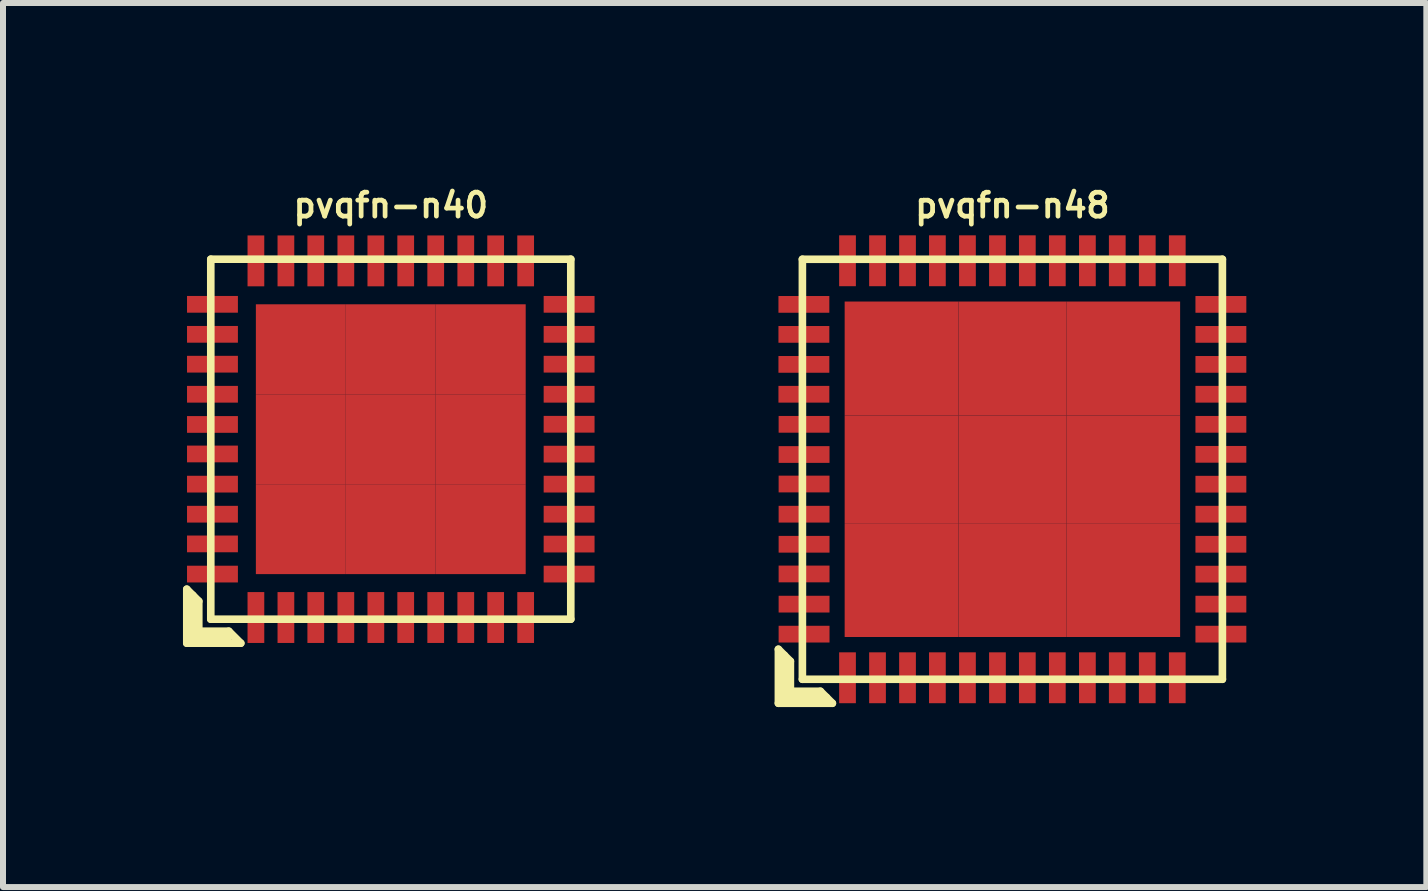
<source format=kicad_pcb>
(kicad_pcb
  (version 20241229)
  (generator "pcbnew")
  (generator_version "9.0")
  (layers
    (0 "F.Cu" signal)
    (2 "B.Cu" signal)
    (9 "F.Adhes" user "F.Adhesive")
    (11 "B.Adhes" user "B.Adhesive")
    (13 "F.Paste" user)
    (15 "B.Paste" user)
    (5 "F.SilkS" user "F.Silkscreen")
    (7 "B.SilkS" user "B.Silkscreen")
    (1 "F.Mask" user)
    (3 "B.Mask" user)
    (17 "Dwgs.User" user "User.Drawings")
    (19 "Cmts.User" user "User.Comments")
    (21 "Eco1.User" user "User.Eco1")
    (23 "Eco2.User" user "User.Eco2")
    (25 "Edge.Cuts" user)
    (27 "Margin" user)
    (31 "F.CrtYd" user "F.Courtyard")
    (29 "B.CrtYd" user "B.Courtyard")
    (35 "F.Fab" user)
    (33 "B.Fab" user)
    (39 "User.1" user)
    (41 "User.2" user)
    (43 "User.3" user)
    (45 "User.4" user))
  (footprint "pvqfn-n40"
    (layer "F.Cu")
    (at 3.463 4.27)
    (property "Reference" "pvqfn-n40" (at 0 -3.899 0) (layer "F.SilkS") (effects (font (size 0.399 0.399) (thickness 0.079))))
    (attr smd)
    (fp_line (start -3.4 2.5) (end -3.4 3.4) (stroke (width 0.127) (type solid)) (layer "F.SilkS"))
    (fp_line (start -3.4 3.4) (end -2.5 3.4) (stroke (width 0.127) (type solid)) (layer "F.SilkS"))
    (fp_line (start -3.3 3.3) (end -3.3 2.6) (stroke (width 0.127) (type solid)) (layer "F.SilkS"))
    (fp_line (start -3.2 2.7) (end -3.4 2.5) (stroke (width 0.127) (type solid)) (layer "F.SilkS"))
    (fp_line (start -3.2 3.2) (end -3.2 2.7) (stroke (width 0.127) (type solid)) (layer "F.SilkS"))
    (fp_line (start -3 -3) (end 3 -3) (stroke (width 0.127) (type solid)) (layer "F.SilkS"))
    (fp_line (start -3 3) (end -3 -3) (stroke (width 0.127) (type solid)) (layer "F.SilkS"))
    (fp_line (start -2.7 3.2) (end -3.2 3.2) (stroke (width 0.127) (type solid)) (layer "F.SilkS"))
    (fp_line (start -2.7 3.3) (end -3.3 3.3) (stroke (width 0.127) (type solid)) (layer "F.SilkS"))
    (fp_line (start -2.5 3.4) (end -2.7 3.2) (stroke (width 0.127) (type solid)) (layer "F.SilkS"))
    (fp_line (start 3 -3) (end 3 3) (stroke (width 0.127) (type solid)) (layer "F.SilkS"))
    (fp_line (start 3 3) (end -3 3) (stroke (width 0.127) (type solid)) (layer "F.SilkS"))
    (pad "1" smd rect (at -2.248 2.972) (size 0.279 0.848) (layers "F.Cu" "F.Mask" "F.Paste"))
    (pad "2" smd rect (at -1.748 2.972) (size 0.279 0.848) (layers "F.Cu" "F.Mask" "F.Paste"))
    (pad "3" smd rect (at -1.25 2.972) (size 0.279 0.848) (layers "F.Cu" "F.Mask" "F.Paste"))
    (pad "4" smd rect (at -0.749 2.972) (size 0.279 0.848) (layers "F.Cu" "F.Mask" "F.Paste"))
    (pad "5" smd rect (at -0.249 2.972) (size 0.279 0.848) (layers "F.Cu" "F.Mask" "F.Paste"))
    (pad "6" smd rect (at 0.249 2.972) (size 0.279 0.848) (layers "F.Cu" "F.Mask" "F.Paste"))
    (pad "7" smd rect (at 0.749 2.972) (size 0.279 0.848) (layers "F.Cu" "F.Mask" "F.Paste"))
    (pad "8" smd rect (at 1.25 2.972) (size 0.279 0.848) (layers "F.Cu" "F.Mask" "F.Paste"))
    (pad "9" smd rect (at 1.748 2.972) (size 0.279 0.848) (layers "F.Cu" "F.Mask" "F.Paste"))
    (pad "10" smd rect (at 2.248 2.972) (size 0.279 0.848) (layers "F.Cu" "F.Mask" "F.Paste"))
    (pad "11" smd rect (at 2.972 2.248) (size 0.848 0.279) (layers "F.Cu" "F.Mask" "F.Paste"))
    (pad "12" smd rect (at 2.972 1.748) (size 0.848 0.279) (layers "F.Cu" "F.Mask" "F.Paste"))
    (pad "13" smd rect (at 2.972 1.25) (size 0.848 0.279) (layers "F.Cu" "F.Mask" "F.Paste"))
    (pad "14" smd rect (at 2.972 0.749) (size 0.848 0.279) (layers "F.Cu" "F.Mask" "F.Paste"))
    (pad "15" smd rect (at 2.972 0.249) (size 0.848 0.279) (layers "F.Cu" "F.Mask" "F.Paste"))
    (pad "16" smd rect (at 2.972 -0.249) (size 0.848 0.279) (layers "F.Cu" "F.Mask" "F.Paste"))
    (pad "17" smd rect (at 2.972 -0.749) (size 0.848 0.279) (layers "F.Cu" "F.Mask" "F.Paste"))
    (pad "18" smd rect (at 2.972 -1.25) (size 0.848 0.279) (layers "F.Cu" "F.Mask" "F.Paste"))
    (pad "19" smd rect (at 2.972 -1.748) (size 0.848 0.279) (layers "F.Cu" "F.Mask" "F.Paste"))
    (pad "20" smd rect (at 2.972 -2.248) (size 0.848 0.279) (layers "F.Cu" "F.Mask" "F.Paste"))
    (pad "21" smd rect (at 2.248 -2.972) (size 0.279 0.848) (layers "F.Cu" "F.Mask" "F.Paste"))
    (pad "22" smd rect (at 1.748 -2.972) (size 0.279 0.848) (layers "F.Cu" "F.Mask" "F.Paste"))
    (pad "23" smd rect (at 1.25 -2.972) (size 0.279 0.848) (layers "F.Cu" "F.Mask" "F.Paste"))
    (pad "24" smd rect (at 0.749 -2.972) (size 0.279 0.848) (layers "F.Cu" "F.Mask" "F.Paste"))
    (pad "25" smd rect (at 0.249 -2.972) (size 0.279 0.848) (layers "F.Cu" "F.Mask" "F.Paste"))
    (pad "26" smd rect (at -0.249 -2.972) (size 0.279 0.848) (layers "F.Cu" "F.Mask" "F.Paste"))
    (pad "27" smd rect (at -0.749 -2.972) (size 0.279 0.848) (layers "F.Cu" "F.Mask" "F.Paste"))
    (pad "28" smd rect (at -1.25 -2.972) (size 0.279 0.848) (layers "F.Cu" "F.Mask" "F.Paste"))
    (pad "29" smd rect (at -1.748 -2.972) (size 0.279 0.848) (layers "F.Cu" "F.Mask" "F.Paste"))
    (pad "30" smd rect (at -2.248 -2.972) (size 0.279 0.848) (layers "F.Cu" "F.Mask" "F.Paste"))
    (pad "31" smd rect (at -2.972 -2.248) (size 0.848 0.279) (layers "F.Cu" "F.Mask" "F.Paste"))
    (pad "32" smd rect (at -2.972 -1.748) (size 0.848 0.279) (layers "F.Cu" "F.Mask" "F.Paste"))
    (pad "33" smd rect (at -2.972 -1.25) (size 0.848 0.279) (layers "F.Cu" "F.Mask" "F.Paste"))
    (pad "34" smd rect (at -2.972 -0.749) (size 0.848 0.279) (layers "F.Cu" "F.Mask" "F.Paste"))
    (pad "35" smd rect (at -2.972 -0.246) (size 0.848 0.279) (layers "F.Cu" "F.Mask" "F.Paste"))
    (pad "36" smd rect (at -2.972 0.246) (size 0.848 0.279) (layers "F.Cu" "F.Mask" "F.Paste"))
    (pad "37" smd rect (at -2.972 0.749) (size 0.848 0.279) (layers "F.Cu" "F.Mask" "F.Paste"))
    (pad "38" smd rect (at -2.972 1.25) (size 0.848 0.279) (layers "F.Cu" "F.Mask" "F.Paste"))
    (pad "39" smd rect (at -2.972 1.745) (size 0.848 0.279) (layers "F.Cu" "F.Mask" "F.Paste"))
    (pad "40" smd rect (at -2.972 2.248) (size 0.848 0.279) (layers "F.Cu" "F.Mask" "F.Paste"))
    (pad "41" smd rect (at -1.499 -1.499) (size 1.499 1.499) (layers "F.Cu" "F.Mask" "F.Paste"))
    (pad "41" smd rect (at -1.499 0) (size 1.499 1.499) (layers "F.Cu" "F.Mask" "F.Paste"))
    (pad "41" smd rect (at -1.499 1.499) (size 1.499 1.499) (layers "F.Cu" "F.Mask" "F.Paste"))
    (pad "41" smd rect (at 0 -1.499) (size 1.499 1.499) (layers "F.Cu" "F.Mask" "F.Paste"))
    (pad "41" smd rect (at 0 0) (size 1.499 1.499) (layers "F.Cu" "F.Mask" "F.Paste"))
    (pad "41" smd rect (at 0 1.499) (size 1.499 1.499) (layers "F.Cu" "F.Mask" "F.Paste"))
    (pad "41" smd rect (at 1.499 -1.499) (size 1.499 1.499) (layers "F.Cu" "F.Mask" "F.Paste"))
    (pad "41" smd rect (at 1.499 0) (size 1.499 1.499) (layers "F.Cu" "F.Mask" "F.Paste"))
    (pad "41" smd rect (at 1.499 1.499) (size 1.499 1.499) (layers "F.Cu" "F.Mask" "F.Paste")))
  (footprint "pvqfn-n48"
    (layer "F.Cu")
    (at 13.823 4.771)
    (property "Reference" "pvqfn-n48" (at 0 -4.399 0) (layer "F.SilkS") (effects (font (size 0.399 0.399) (thickness 0.079))))
    (attr smd)
    (fp_line (start -3.9 3) (end -3.9 3.9) (stroke (width 0.127) (type solid)) (layer "F.SilkS"))
    (fp_line (start -3.9 3.9) (end -3 3.9) (stroke (width 0.127) (type solid)) (layer "F.SilkS"))
    (fp_line (start -3.8 3.8) (end -3.8 3.1) (stroke (width 0.127) (type solid)) (layer "F.SilkS"))
    (fp_line (start -3.7 3.2) (end -3.9 3) (stroke (width 0.127) (type solid)) (layer "F.SilkS"))
    (fp_line (start -3.7 3.7) (end -3.7 3.2) (stroke (width 0.127) (type solid)) (layer "F.SilkS"))
    (fp_line (start -3.5 -3.5) (end -3.5 3.5) (stroke (width 0.127) (type solid)) (layer "F.SilkS"))
    (fp_line (start -3.5 3.5) (end 3.5 3.5) (stroke (width 0.127) (type solid)) (layer "F.SilkS"))
    (fp_line (start -3.2 3.7) (end -3.7 3.7) (stroke (width 0.127) (type solid)) (layer "F.SilkS"))
    (fp_line (start -3.1 3.8) (end -3.8 3.8) (stroke (width 0.127) (type solid)) (layer "F.SilkS"))
    (fp_line (start -3 3.9) (end -3.2 3.7) (stroke (width 0.127) (type solid)) (layer "F.SilkS"))
    (fp_line (start 3.5 -3.5) (end -3.5 -3.5) (stroke (width 0.127) (type solid)) (layer "F.SilkS"))
    (fp_line (start 3.5 3.5) (end 3.5 -3.5) (stroke (width 0.127) (type solid)) (layer "F.SilkS"))
    (pad "1" smd rect (at -2.748 3.475) (size 0.279 0.848) (layers "F.Cu" "F.Mask" "F.Paste"))
    (pad "2" smd rect (at -2.248 3.475) (size 0.279 0.848) (layers "F.Cu" "F.Mask" "F.Paste"))
    (pad "3" smd rect (at -1.748 3.475) (size 0.279 0.848) (layers "F.Cu" "F.Mask" "F.Paste"))
    (pad "4" smd rect (at -1.25 3.475) (size 0.279 0.848) (layers "F.Cu" "F.Mask" "F.Paste"))
    (pad "5" smd rect (at -0.749 3.475) (size 0.279 0.848) (layers "F.Cu" "F.Mask" "F.Paste"))
    (pad "6" smd rect (at -0.249 3.475) (size 0.279 0.848) (layers "F.Cu" "F.Mask" "F.Paste"))
    (pad "7" smd rect (at 0.249 3.475) (size 0.279 0.848) (layers "F.Cu" "F.Mask" "F.Paste"))
    (pad "8" smd rect (at 0.749 3.475) (size 0.279 0.848) (layers "F.Cu" "F.Mask" "F.Paste"))
    (pad "9" smd rect (at 1.25 3.475) (size 0.279 0.848) (layers "F.Cu" "F.Mask" "F.Paste"))
    (pad "10" smd rect (at 1.748 3.475) (size 0.279 0.848) (layers "F.Cu" "F.Mask" "F.Paste"))
    (pad "11" smd rect (at 2.248 3.475) (size 0.279 0.848) (layers "F.Cu" "F.Mask" "F.Paste"))
    (pad "12" smd rect (at 2.748 3.475) (size 0.279 0.848) (layers "F.Cu" "F.Mask" "F.Paste"))
    (pad "13" smd rect (at 3.475 2.748) (size 0.848 0.279) (layers "F.Cu" "F.Mask" "F.Paste"))
    (pad "14" smd rect (at 3.475 2.248) (size 0.848 0.279) (layers "F.Cu" "F.Mask" "F.Paste"))
    (pad "15" smd rect (at 3.475 1.748) (size 0.848 0.279) (layers "F.Cu" "F.Mask" "F.Paste"))
    (pad "16" smd rect (at 3.475 1.25) (size 0.848 0.279) (layers "F.Cu" "F.Mask" "F.Paste"))
    (pad "17" smd rect (at 3.475 0.749) (size 0.848 0.279) (layers "F.Cu" "F.Mask" "F.Paste"))
    (pad "18" smd rect (at 3.475 0.249) (size 0.848 0.279) (layers "F.Cu" "F.Mask" "F.Paste"))
    (pad "19" smd rect (at 3.475 -0.249) (size 0.848 0.279) (layers "F.Cu" "F.Mask" "F.Paste"))
    (pad "20" smd rect (at 3.475 -0.749) (size 0.848 0.279) (layers "F.Cu" "F.Mask" "F.Paste"))
    (pad "21" smd rect (at 3.475 -1.25) (size 0.848 0.279) (layers "F.Cu" "F.Mask" "F.Paste"))
    (pad "22" smd rect (at 3.475 -1.748) (size 0.848 0.279) (layers "F.Cu" "F.Mask" "F.Paste"))
    (pad "23" smd rect (at 3.475 -2.248) (size 0.848 0.279) (layers "F.Cu" "F.Mask" "F.Paste"))
    (pad "24" smd rect (at 3.475 -2.748) (size 0.848 0.279) (layers "F.Cu" "F.Mask" "F.Paste"))
    (pad "25" smd rect (at 2.748 -3.475) (size 0.279 0.848) (layers "F.Cu" "F.Mask" "F.Paste"))
    (pad "26" smd rect (at 2.248 -3.475) (size 0.279 0.848) (layers "F.Cu" "F.Mask" "F.Paste"))
    (pad "27" smd rect (at 1.748 -3.475) (size 0.279 0.848) (layers "F.Cu" "F.Mask" "F.Paste"))
    (pad "28" smd rect (at 1.25 -3.475) (size 0.279 0.848) (layers "F.Cu" "F.Mask" "F.Paste"))
    (pad "29" smd rect (at 0.749 -3.475) (size 0.279 0.848) (layers "F.Cu" "F.Mask" "F.Paste"))
    (pad "30" smd rect (at 0.249 -3.475) (size 0.279 0.848) (layers "F.Cu" "F.Mask" "F.Paste"))
    (pad "31" smd rect (at -0.249 -3.475) (size 0.279 0.848) (layers "F.Cu" "F.Mask" "F.Paste"))
    (pad "32" smd rect (at -0.749 -3.475) (size 0.279 0.848) (layers "F.Cu" "F.Mask" "F.Paste"))
    (pad "33" smd rect (at -1.25 -3.475) (size 0.279 0.848) (layers "F.Cu" "F.Mask" "F.Paste"))
    (pad "34" smd rect (at -1.748 -3.475) (size 0.279 0.848) (layers "F.Cu" "F.Mask" "F.Paste"))
    (pad "35" smd rect (at -2.248 -3.475) (size 0.279 0.848) (layers "F.Cu" "F.Mask" "F.Paste"))
    (pad "36" smd rect (at -2.748 -3.475) (size 0.279 0.848) (layers "F.Cu" "F.Mask" "F.Paste"))
    (pad "37" smd rect (at -3.475 -2.748) (size 0.848 0.279) (layers "F.Cu" "F.Mask" "F.Paste"))
    (pad "38" smd rect (at -3.475 -2.248) (size 0.848 0.279) (layers "F.Cu" "F.Mask" "F.Paste"))
    (pad "39" smd rect (at -3.475 -1.748) (size 0.848 0.279) (layers "F.Cu" "F.Mask" "F.Paste"))
    (pad "40" smd rect (at -3.475 -1.25) (size 0.848 0.279) (layers "F.Cu" "F.Mask" "F.Paste"))
    (pad "41" smd rect (at -3.472 -0.749) (size 0.848 0.279) (layers "F.Cu" "F.Mask" "F.Paste"))
    (pad "42" smd rect (at -3.472 -0.246) (size 0.848 0.279) (layers "F.Cu" "F.Mask" "F.Paste"))
    (pad "43" smd rect (at -3.472 0.246) (size 0.848 0.279) (layers "F.Cu" "F.Mask" "F.Paste"))
    (pad "44" smd rect (at -3.472 0.749) (size 0.848 0.279) (layers "F.Cu" "F.Mask" "F.Paste"))
    (pad "45" smd rect (at -3.472 1.25) (size 0.848 0.279) (layers "F.Cu" "F.Mask" "F.Paste"))
    (pad "46" smd rect (at -3.472 1.745) (size 0.848 0.279) (layers "F.Cu" "F.Mask" "F.Paste"))
    (pad "47" smd rect (at -3.472 2.248) (size 0.848 0.279) (layers "F.Cu" "F.Mask" "F.Paste"))
    (pad "48" smd rect (at -3.472 2.748) (size 0.848 0.279) (layers "F.Cu" "F.Mask" "F.Paste"))
    (pad "49" smd rect (at -1.847 -1.847) (size 1.897 1.897) (layers "F.Cu" "F.Mask" "F.Paste"))
    (pad "49" smd rect (at -1.847 0) (size 1.897 1.796) (layers "F.Cu" "F.Mask" "F.Paste"))
    (pad "49" smd rect (at -1.847 1.847) (size 1.897 1.897) (layers "F.Cu" "F.Mask" "F.Paste"))
    (pad "49" smd rect (at 0 -1.847) (size 1.796 1.897) (layers "F.Cu" "F.Mask" "F.Paste"))
    (pad "49" smd rect (at 0 0) (size 1.796 1.796) (layers "F.Cu" "F.Mask" "F.Paste"))
    (pad "49" smd rect (at 0 1.847) (size 1.796 1.897) (layers "F.Cu" "F.Mask" "F.Paste"))
    (pad "49" smd rect (at 1.847 -1.847) (size 1.897 1.897) (layers "F.Cu" "F.Mask" "F.Paste"))
    (pad "49" smd rect (at 1.847 0) (size 1.897 1.796) (layers "F.Cu" "F.Mask" "F.Paste"))
    (pad "49" smd rect (at 1.847 1.847) (size 1.897 1.897) (layers "F.Cu" "F.Mask" "F.Paste")))
  (gr_rect
    (start -3 -3)
    (end 20.722 11.734)
    (stroke (width 0.1) (type default))
    (fill no)
    (layer "Edge.Cuts")))
</source>
